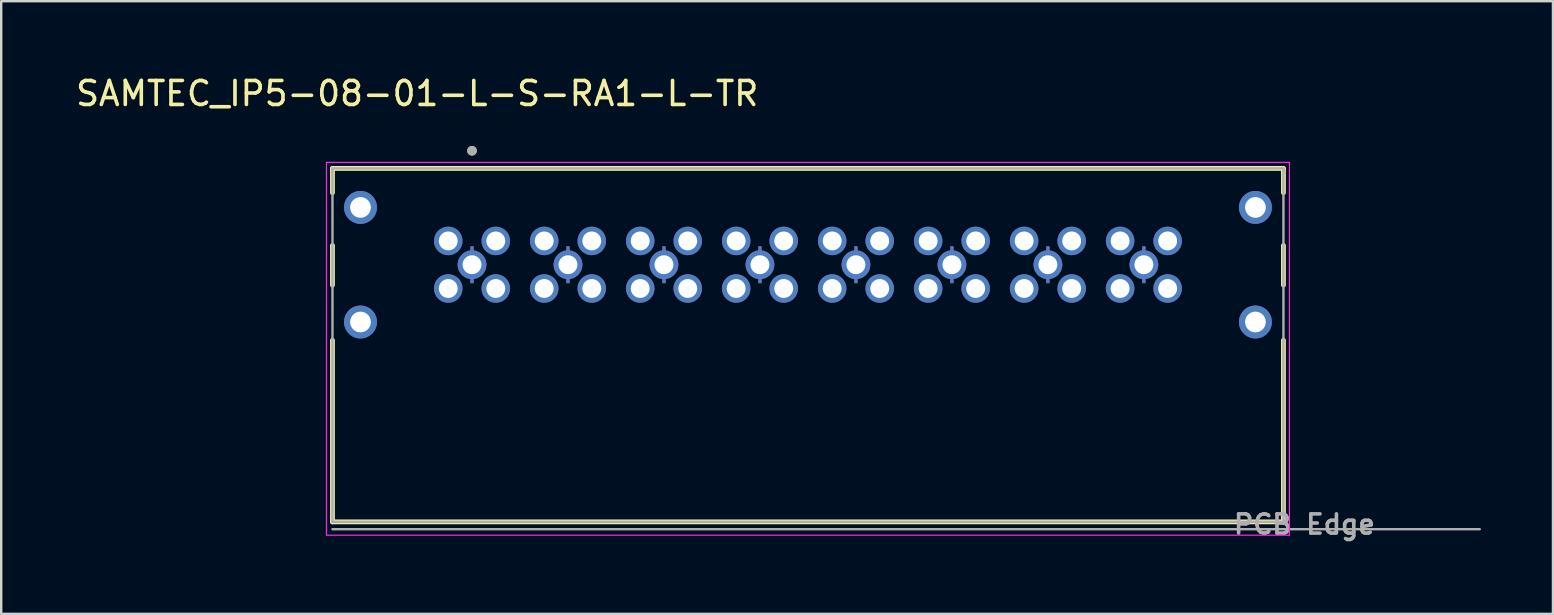
<source format=kicad_pcb>
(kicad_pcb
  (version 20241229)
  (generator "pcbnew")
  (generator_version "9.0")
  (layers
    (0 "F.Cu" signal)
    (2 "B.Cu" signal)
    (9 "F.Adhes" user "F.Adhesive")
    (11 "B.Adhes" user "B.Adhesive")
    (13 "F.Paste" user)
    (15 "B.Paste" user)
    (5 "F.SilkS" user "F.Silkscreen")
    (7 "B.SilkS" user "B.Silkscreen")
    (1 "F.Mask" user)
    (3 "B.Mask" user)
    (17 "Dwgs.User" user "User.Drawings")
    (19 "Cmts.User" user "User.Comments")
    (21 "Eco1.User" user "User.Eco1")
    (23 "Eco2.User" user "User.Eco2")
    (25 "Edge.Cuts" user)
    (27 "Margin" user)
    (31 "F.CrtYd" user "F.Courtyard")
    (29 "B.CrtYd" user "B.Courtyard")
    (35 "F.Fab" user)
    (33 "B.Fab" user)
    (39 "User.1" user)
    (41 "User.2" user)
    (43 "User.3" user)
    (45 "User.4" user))
  (footprint "SAMTEC_IP5-08-01-L-S-RA1-L-TR"
    (layer "F.Cu")
    (at 30.625 7.983)
    (property "Reference" "SAMTEC_IP5-08-01-L-S-RA1-L-TR" (at -16.286 -7.135 0) (layer "F.SilkS") (effects (font (size 1 1) (thickness 0.15))))
    (attr through_hole)
    (fp_poly (pts (xy -13.838 0.862) (xy -14.165 0.862) (xy -14.165 0.675) (xy -14.192 0.669) (xy -14.221 0.66) (xy -14.25 0.649) (xy -14.279 0.638) (xy -14.307 0.625) (xy -14.335 0.611) (xy -14.362 0.596) (xy -14.388 0.579) (xy -14.413 0.561) (xy -14.438 0.543) (xy -14.461 0.523) (xy -14.484 0.502) (xy -14.506 0.48) (xy -14.527 0.457) (xy -14.547 0.433) (xy -14.565 0.409) (xy -14.583 0.383) (xy -14.599 0.357) (xy -14.615 0.33) (xy -14.629 0.303) (xy -14.641 0.275) (xy -14.653 0.246) (xy -14.663 0.217) (xy -14.672 0.187) (xy -14.679 0.157) (xy -14.686 0.127) (xy -14.69 0.096) (xy -14.694 0.065) (xy -14.696 0.035) (xy -14.697 0) (xy -14.696 -0.035) (xy -14.694 -0.065) (xy -14.69 -0.096) (xy -14.686 -0.127) (xy -14.679 -0.157) (xy -14.672 -0.187) (xy -14.663 -0.217) (xy -14.653 -0.246) (xy -14.641 -0.275) (xy -14.629 -0.303) (xy -14.615 -0.33) (xy -14.599 -0.357) (xy -14.583 -0.383) (xy -14.565 -0.409) (xy -14.547 -0.433) (xy -14.527 -0.457) (xy -14.506 -0.48) (xy -14.484 -0.502) (xy -14.461 -0.523) (xy -14.438 -0.543) (xy -14.413 -0.561) (xy -14.388 -0.579) (xy -14.362 -0.596) (xy -14.335 -0.611) (xy -14.307 -0.625) (xy -14.279 -0.638) (xy -14.25 -0.649) (xy -14.221 -0.66) (xy -14.192 -0.669) (xy -14.165 -0.675) (xy -14.165 -0.862) (xy -13.838 -0.862) (xy -13.838 -0.675) (xy -13.812 -0.669) (xy -13.782 -0.66) (xy -13.753 -0.649) (xy -13.724 -0.638) (xy -13.696 -0.625) (xy -13.669 -0.611) (xy -13.642 -0.596) (xy -13.616 -0.579) (xy -13.59 -0.561) (xy -13.566 -0.543) (xy -13.542 -0.523) (xy -13.519 -0.502) (xy -13.497 -0.48) (xy -13.477 -0.457) (xy -13.457 -0.433) (xy -13.438 -0.409) (xy -13.42 -0.383) (xy -13.404 -0.357) (xy -13.389 -0.33) (xy -13.375 -0.303) (xy -13.362 -0.274) (xy -13.351 -0.246) (xy -13.34 -0.217) (xy -13.331 -0.187) (xy -13.324 -0.157) (xy -13.318 -0.127) (xy -13.313 -0.096) (xy -13.309 -0.065) (xy -13.307 -0.035) (xy -13.307 0) (xy -13.307 0.035) (xy -13.309 0.065) (xy -13.313 0.096) (xy -13.318 0.127) (xy -13.324 0.157) (xy -13.331 0.187) (xy -13.34 0.217) (xy -13.351 0.246) (xy -13.362 0.274) (xy -13.375 0.303) (xy -13.389 0.33) (xy -13.404 0.357) (xy -13.42 0.383) (xy -13.438 0.409) (xy -13.457 0.433) (xy -13.477 0.457) (xy -13.497 0.48) (xy -13.519 0.502) (xy -13.542 0.523) (xy -13.566 0.543) (xy -13.59 0.561) (xy -13.616 0.579) (xy -13.642 0.596) (xy -13.669 0.611) (xy -13.696 0.625) (xy -13.724 0.638) (xy -13.753 0.649) (xy -13.782 0.66) (xy -13.812 0.669) (xy -13.838 0.675) (xy -13.838 0.862) (xy -13.838 0.862)) (stroke (width 0.01) (type solid)) (fill yes) (layer "F.Mask"))
    (fp_poly (pts (xy -9.838 0.862) (xy -10.165 0.862) (xy -10.165 0.675) (xy -10.191 0.669) (xy -10.221 0.66) (xy -10.25 0.649) (xy -10.279 0.638) (xy -10.307 0.625) (xy -10.334 0.611) (xy -10.361 0.596) (xy -10.387 0.579) (xy -10.413 0.561) (xy -10.437 0.543) (xy -10.461 0.523) (xy -10.484 0.502) (xy -10.506 0.48) (xy -10.526 0.457) (xy -10.546 0.433) (xy -10.565 0.409) (xy -10.582 0.383) (xy -10.599 0.357) (xy -10.614 0.33) (xy -10.628 0.303) (xy -10.641 0.275) (xy -10.652 0.246) (xy -10.663 0.217) (xy -10.671 0.187) (xy -10.679 0.157) (xy -10.685 0.127) (xy -10.69 0.096) (xy -10.693 0.065) (xy -10.696 0.035) (xy -10.696 0) (xy -10.696 -0.035) (xy -10.693 -0.065) (xy -10.69 -0.096) (xy -10.685 -0.127) (xy -10.679 -0.157) (xy -10.671 -0.187) (xy -10.663 -0.217) (xy -10.652 -0.246) (xy -10.641 -0.275) (xy -10.628 -0.303) (xy -10.614 -0.33) (xy -10.599 -0.357) (xy -10.582 -0.383) (xy -10.565 -0.409) (xy -10.546 -0.433) (xy -10.526 -0.457) (xy -10.506 -0.48) (xy -10.484 -0.502) (xy -10.461 -0.523) (xy -10.437 -0.543) (xy -10.413 -0.561) (xy -10.387 -0.579) (xy -10.361 -0.596) (xy -10.334 -0.611) (xy -10.307 -0.625) (xy -10.279 -0.638) (xy -10.25 -0.649) (xy -10.221 -0.66) (xy -10.191 -0.669) (xy -10.165 -0.675) (xy -10.165 -0.862) (xy -9.838 -0.862) (xy -9.838 -0.675) (xy -9.811 -0.669) (xy -9.782 -0.66) (xy -9.753 -0.649) (xy -9.724 -0.638) (xy -9.696 -0.625) (xy -9.668 -0.611) (xy -9.641 -0.596) (xy -9.615 -0.579) (xy -9.59 -0.561) (xy -9.565 -0.543) (xy -9.542 -0.523) (xy -9.519 -0.502) (xy -9.497 -0.48) (xy -9.476 -0.457) (xy -9.456 -0.433) (xy -9.438 -0.409) (xy -9.42 -0.383) (xy -9.404 -0.357) (xy -9.388 -0.33) (xy -9.374 -0.303) (xy -9.362 -0.275) (xy -9.35 -0.246) (xy -9.34 -0.217) (xy -9.331 -0.187) (xy -9.323 -0.157) (xy -9.317 -0.127) (xy -9.312 -0.096) (xy -9.309 -0.065) (xy -9.307 -0.035) (xy -9.306 0) (xy -9.307 0.035) (xy -9.309 0.065) (xy -9.312 0.096) (xy -9.317 0.127) (xy -9.323 0.157) (xy -9.331 0.187) (xy -9.34 0.217) (xy -9.35 0.246) (xy -9.362 0.275) (xy -9.374 0.303) (xy -9.388 0.33) (xy -9.404 0.357) (xy -9.42 0.383) (xy -9.438 0.409) (xy -9.456 0.433) (xy -9.476 0.457) (xy -9.497 0.48) (xy -9.519 0.502) (xy -9.542 0.523) (xy -9.565 0.543) (xy -9.59 0.561) (xy -9.615 0.579) (xy -9.641 0.596) (xy -9.668 0.611) (xy -9.696 0.625) (xy -9.724 0.638) (xy -9.753 0.649) (xy -9.782 0.66) (xy -9.811 0.669) (xy -9.838 0.675) (xy -9.838 0.862) (xy -9.838 0.862)) (stroke (width 0.01) (type solid)) (fill yes) (layer "F.Mask"))
    (fp_poly (pts (xy -5.837 0.862) (xy -6.164 0.862) (xy -6.164 0.675) (xy -6.191 0.669) (xy -6.22 0.66) (xy -6.249 0.649) (xy -6.278 0.638) (xy -6.306 0.625) (xy -6.334 0.611) (xy -6.361 0.596) (xy -6.387 0.579) (xy -6.412 0.561) (xy -6.437 0.543) (xy -6.46 0.523) (xy -6.483 0.502) (xy -6.505 0.48) (xy -6.526 0.457) (xy -6.546 0.433) (xy -6.564 0.409) (xy -6.582 0.383) (xy -6.598 0.357) (xy -6.614 0.33) (xy -6.628 0.303) (xy -6.64 0.275) (xy -6.652 0.246) (xy -6.662 0.217) (xy -6.671 0.187) (xy -6.679 0.157) (xy -6.685 0.127) (xy -6.69 0.096) (xy -6.693 0.065) (xy -6.695 0.035) (xy -6.696 0) (xy -6.695 -0.035) (xy -6.693 -0.065) (xy -6.69 -0.096) (xy -6.685 -0.127) (xy -6.679 -0.157) (xy -6.671 -0.187) (xy -6.662 -0.217) (xy -6.652 -0.246) (xy -6.64 -0.275) (xy -6.628 -0.303) (xy -6.614 -0.33) (xy -6.598 -0.357) (xy -6.582 -0.383) (xy -6.564 -0.409) (xy -6.546 -0.433) (xy -6.526 -0.457) (xy -6.505 -0.48) (xy -6.483 -0.502) (xy -6.46 -0.523) (xy -6.437 -0.543) (xy -6.412 -0.561) (xy -6.387 -0.579) (xy -6.361 -0.596) (xy -6.334 -0.611) (xy -6.306 -0.625) (xy -6.278 -0.638) (xy -6.249 -0.649) (xy -6.22 -0.66) (xy -6.191 -0.669) (xy -6.164 -0.675) (xy -6.164 -0.862) (xy -5.837 -0.862) (xy -5.837 -0.675) (xy -5.811 -0.669) (xy -5.781 -0.66) (xy -5.752 -0.649) (xy -5.723 -0.638) (xy -5.695 -0.625) (xy -5.668 -0.611) (xy -5.641 -0.596) (xy -5.615 -0.579) (xy -5.589 -0.561) (xy -5.565 -0.543) (xy -5.541 -0.523) (xy -5.518 -0.502) (xy -5.496 -0.48) (xy -5.476 -0.457) (xy -5.456 -0.433) (xy -5.437 -0.409) (xy -5.42 -0.383) (xy -5.403 -0.357) (xy -5.388 -0.33) (xy -5.374 -0.303) (xy -5.361 -0.275) (xy -5.35 -0.246) (xy -5.339 -0.217) (xy -5.331 -0.187) (xy -5.323 -0.157) (xy -5.317 -0.127) (xy -5.312 -0.096) (xy -5.309 -0.065) (xy -5.306 -0.035) (xy -5.306 0) (xy -5.306 0.035) (xy -5.309 0.065) (xy -5.312 0.096) (xy -5.317 0.127) (xy -5.323 0.157) (xy -5.331 0.187) (xy -5.339 0.217) (xy -5.35 0.246) (xy -5.361 0.275) (xy -5.374 0.303) (xy -5.388 0.33) (xy -5.403 0.357) (xy -5.42 0.383) (xy -5.437 0.409) (xy -5.456 0.433) (xy -5.476 0.457) (xy -5.496 0.48) (xy -5.518 0.502) (xy -5.541 0.523) (xy -5.565 0.543) (xy -5.589 0.561) (xy -5.615 0.579) (xy -5.641 0.596) (xy -5.668 0.611) (xy -5.695 0.625) (xy -5.723 0.638) (xy -5.752 0.649) (xy -5.781 0.66) (xy -5.811 0.669) (xy -5.837 0.675) (xy -5.837 0.862) (xy -5.837 0.862)) (stroke (width 0.01) (type solid)) (fill yes) (layer "F.Mask"))
    (fp_poly (pts (xy -1.837 0.862) (xy -2.164 0.862) (xy -2.164 0.675) (xy -2.19 0.669) (xy -2.22 0.66) (xy -2.249 0.649) (xy -2.278 0.638) (xy -2.306 0.625) (xy -2.333 0.611) (xy -2.36 0.596) (xy -2.386 0.579) (xy -2.412 0.561) (xy -2.436 0.543) (xy -2.46 0.523) (xy -2.483 0.502) (xy -2.505 0.48) (xy -2.525 0.457) (xy -2.545 0.433) (xy -2.564 0.409) (xy -2.581 0.383) (xy -2.598 0.357) (xy -2.613 0.33) (xy -2.627 0.303) (xy -2.64 0.275) (xy -2.651 0.246) (xy -2.662 0.217) (xy -2.67 0.187) (xy -2.678 0.157) (xy -2.684 0.127) (xy -2.689 0.096) (xy -2.692 0.065) (xy -2.695 0.035) (xy -2.695 0) (xy -2.695 -0.035) (xy -2.692 -0.065) (xy -2.689 -0.096) (xy -2.684 -0.127) (xy -2.678 -0.157) (xy -2.67 -0.187) (xy -2.662 -0.217) (xy -2.651 -0.246) (xy -2.64 -0.275) (xy -2.627 -0.303) (xy -2.613 -0.33) (xy -2.598 -0.357) (xy -2.581 -0.383) (xy -2.564 -0.409) (xy -2.545 -0.433) (xy -2.525 -0.457) (xy -2.505 -0.48) (xy -2.483 -0.502) (xy -2.46 -0.523) (xy -2.436 -0.543) (xy -2.412 -0.561) (xy -2.386 -0.579) (xy -2.36 -0.596) (xy -2.333 -0.611) (xy -2.306 -0.625) (xy -2.278 -0.638) (xy -2.249 -0.649) (xy -2.22 -0.66) (xy -2.19 -0.669) (xy -2.164 -0.675) (xy -2.164 -0.862) (xy -1.837 -0.862) (xy -1.837 -0.675) (xy -1.81 -0.669) (xy -1.781 -0.66) (xy -1.752 -0.649) (xy -1.723 -0.638) (xy -1.695 -0.625) (xy -1.667 -0.611) (xy -1.64 -0.596) (xy -1.614 -0.579) (xy -1.589 -0.561) (xy -1.564 -0.543) (xy -1.541 -0.523) (xy -1.518 -0.502) (xy -1.496 -0.48) (xy -1.475 -0.457) (xy -1.455 -0.433) (xy -1.437 -0.409) (xy -1.419 -0.383) (xy -1.403 -0.357) (xy -1.387 -0.33) (xy -1.373 -0.303) (xy -1.361 -0.275) (xy -1.349 -0.246) (xy -1.339 -0.217) (xy -1.33 -0.187) (xy -1.322 -0.157) (xy -1.316 -0.127) (xy -1.311 -0.096) (xy -1.308 -0.065) (xy -1.306 -0.035) (xy -1.305 0) (xy -1.306 0.035) (xy -1.308 0.065) (xy -1.311 0.096) (xy -1.316 0.127) (xy -1.322 0.157) (xy -1.33 0.187) (xy -1.339 0.217) (xy -1.349 0.246) (xy -1.361 0.275) (xy -1.373 0.303) (xy -1.387 0.33) (xy -1.403 0.357) (xy -1.419 0.383) (xy -1.437 0.409) (xy -1.455 0.433) (xy -1.475 0.457) (xy -1.496 0.48) (xy -1.518 0.502) (xy -1.541 0.523) (xy -1.564 0.543) (xy -1.589 0.561) (xy -1.614 0.579) (xy -1.64 0.596) (xy -1.667 0.611) (xy -1.695 0.625) (xy -1.723 0.638) (xy -1.752 0.649) (xy -1.781 0.66) (xy -1.81 0.669) (xy -1.837 0.675) (xy -1.837 0.862) (xy -1.837 0.862)) (stroke (width 0.01) (type solid)) (fill yes) (layer "F.Mask"))
    (fp_poly (pts (xy 2.164 0.862) (xy 1.837 0.862) (xy 1.837 0.675) (xy 1.81 0.669) (xy 1.781 0.66) (xy 1.752 0.649) (xy 1.723 0.638) (xy 1.695 0.625) (xy 1.667 0.611) (xy 1.64 0.596) (xy 1.614 0.579) (xy 1.589 0.561) (xy 1.564 0.543) (xy 1.541 0.523) (xy 1.518 0.502) (xy 1.496 0.48) (xy 1.475 0.457) (xy 1.455 0.433) (xy 1.437 0.409) (xy 1.419 0.383) (xy 1.403 0.357) (xy 1.387 0.33) (xy 1.373 0.303) (xy 1.361 0.275) (xy 1.349 0.246) (xy 1.339 0.217) (xy 1.33 0.187) (xy 1.322 0.157) (xy 1.316 0.127) (xy 1.311 0.096) (xy 1.308 0.065) (xy 1.306 0.035) (xy 1.305 0) (xy 1.306 -0.035) (xy 1.308 -0.065) (xy 1.311 -0.096) (xy 1.316 -0.127) (xy 1.322 -0.157) (xy 1.33 -0.187) (xy 1.339 -0.217) (xy 1.349 -0.246) (xy 1.361 -0.275) (xy 1.373 -0.303) (xy 1.387 -0.33) (xy 1.403 -0.357) (xy 1.419 -0.383) (xy 1.437 -0.409) (xy 1.455 -0.433) (xy 1.475 -0.457) (xy 1.496 -0.48) (xy 1.518 -0.502) (xy 1.541 -0.523) (xy 1.564 -0.543) (xy 1.589 -0.561) (xy 1.614 -0.579) (xy 1.64 -0.596) (xy 1.667 -0.611) (xy 1.695 -0.625) (xy 1.723 -0.638) (xy 1.752 -0.649) (xy 1.781 -0.66) (xy 1.81 -0.669) (xy 1.837 -0.675) (xy 1.837 -0.862) (xy 2.164 -0.862) (xy 2.164 -0.675) (xy 2.19 -0.669) (xy 2.22 -0.66) (xy 2.249 -0.649) (xy 2.278 -0.638) (xy 2.306 -0.625) (xy 2.333 -0.611) (xy 2.36 -0.596) (xy 2.386 -0.579) (xy 2.412 -0.561) (xy 2.436 -0.543) (xy 2.46 -0.523) (xy 2.483 -0.502) (xy 2.505 -0.48) (xy 2.525 -0.457) (xy 2.545 -0.433) (xy 2.564 -0.409) (xy 2.581 -0.383) (xy 2.598 -0.357) (xy 2.613 -0.33) (xy 2.627 -0.303) (xy 2.64 -0.275) (xy 2.651 -0.246) (xy 2.662 -0.217) (xy 2.67 -0.187) (xy 2.678 -0.157) (xy 2.684 -0.127) (xy 2.689 -0.096) (xy 2.692 -0.065) (xy 2.695 -0.035) (xy 2.695 0) (xy 2.695 0.035) (xy 2.692 0.065) (xy 2.689 0.096) (xy 2.684 0.127) (xy 2.678 0.157) (xy 2.67 0.187) (xy 2.662 0.217) (xy 2.651 0.246) (xy 2.64 0.275) (xy 2.627 0.303) (xy 2.613 0.33) (xy 2.598 0.357) (xy 2.581 0.383) (xy 2.564 0.409) (xy 2.545 0.433) (xy 2.525 0.457) (xy 2.505 0.48) (xy 2.483 0.502) (xy 2.46 0.523) (xy 2.436 0.543) (xy 2.412 0.561) (xy 2.386 0.579) (xy 2.36 0.596) (xy 2.333 0.611) (xy 2.306 0.625) (xy 2.278 0.638) (xy 2.249 0.649) (xy 2.22 0.66) (xy 2.19 0.669) (xy 2.164 0.675) (xy 2.164 0.862) (xy 2.164 0.862)) (stroke (width 0.01) (type solid)) (fill yes) (layer "F.Mask"))
    (fp_poly (pts (xy 6.164 0.862) (xy 5.837 0.862) (xy 5.837 0.675) (xy 5.811 0.669) (xy 5.781 0.66) (xy 5.752 0.649) (xy 5.723 0.638) (xy 5.695 0.625) (xy 5.668 0.611) (xy 5.641 0.596) (xy 5.615 0.579) (xy 5.589 0.561) (xy 5.565 0.543) (xy 5.541 0.523) (xy 5.518 0.502) (xy 5.496 0.48) (xy 5.476 0.457) (xy 5.456 0.433) (xy 5.437 0.409) (xy 5.42 0.383) (xy 5.403 0.357) (xy 5.388 0.33) (xy 5.374 0.303) (xy 5.361 0.275) (xy 5.35 0.246) (xy 5.339 0.217) (xy 5.331 0.187) (xy 5.323 0.157) (xy 5.317 0.127) (xy 5.312 0.096) (xy 5.309 0.065) (xy 5.306 0.035) (xy 5.306 0) (xy 5.306 -0.035) (xy 5.309 -0.065) (xy 5.312 -0.096) (xy 5.317 -0.127) (xy 5.323 -0.157) (xy 5.331 -0.187) (xy 5.339 -0.217) (xy 5.35 -0.246) (xy 5.361 -0.275) (xy 5.374 -0.303) (xy 5.388 -0.33) (xy 5.403 -0.357) (xy 5.42 -0.383) (xy 5.437 -0.409) (xy 5.456 -0.433) (xy 5.476 -0.457) (xy 5.496 -0.48) (xy 5.518 -0.502) (xy 5.541 -0.523) (xy 5.565 -0.543) (xy 5.589 -0.561) (xy 5.615 -0.579) (xy 5.641 -0.596) (xy 5.668 -0.611) (xy 5.695 -0.625) (xy 5.723 -0.638) (xy 5.752 -0.649) (xy 5.781 -0.66) (xy 5.811 -0.669) (xy 5.837 -0.675) (xy 5.837 -0.862) (xy 6.164 -0.862) (xy 6.164 -0.675) (xy 6.191 -0.669) (xy 6.22 -0.66) (xy 6.249 -0.649) (xy 6.278 -0.638) (xy 6.306 -0.625) (xy 6.334 -0.611) (xy 6.361 -0.596) (xy 6.387 -0.579) (xy 6.412 -0.561) (xy 6.437 -0.543) (xy 6.46 -0.523) (xy 6.483 -0.502) (xy 6.505 -0.48) (xy 6.526 -0.457) (xy 6.546 -0.433) (xy 6.564 -0.409) (xy 6.582 -0.383) (xy 6.598 -0.357) (xy 6.614 -0.33) (xy 6.628 -0.303) (xy 6.64 -0.275) (xy 6.652 -0.246) (xy 6.662 -0.217) (xy 6.671 -0.187) (xy 6.679 -0.157) (xy 6.685 -0.127) (xy 6.69 -0.096) (xy 6.693 -0.065) (xy 6.695 -0.035) (xy 6.696 0) (xy 6.695 0.035) (xy 6.693 0.065) (xy 6.69 0.096) (xy 6.685 0.127) (xy 6.679 0.157) (xy 6.671 0.187) (xy 6.662 0.217) (xy 6.652 0.246) (xy 6.64 0.275) (xy 6.628 0.303) (xy 6.614 0.33) (xy 6.598 0.357) (xy 6.582 0.383) (xy 6.564 0.409) (xy 6.546 0.433) (xy 6.526 0.457) (xy 6.505 0.48) (xy 6.483 0.502) (xy 6.46 0.523) (xy 6.437 0.543) (xy 6.412 0.561) (xy 6.387 0.579) (xy 6.361 0.596) (xy 6.334 0.611) (xy 6.306 0.625) (xy 6.278 0.638) (xy 6.249 0.649) (xy 6.22 0.66) (xy 6.191 0.669) (xy 6.164 0.675) (xy 6.164 0.862) (xy 6.164 0.862)) (stroke (width 0.01) (type solid)) (fill yes) (layer "F.Mask"))
    (fp_poly (pts (xy 10.165 0.862) (xy 9.838 0.862) (xy 9.838 0.675) (xy 9.811 0.669) (xy 9.782 0.66) (xy 9.753 0.649) (xy 9.724 0.638) (xy 9.696 0.625) (xy 9.668 0.611) (xy 9.641 0.596) (xy 9.615 0.579) (xy 9.59 0.561) (xy 9.565 0.543) (xy 9.542 0.523) (xy 9.519 0.502) (xy 9.497 0.48) (xy 9.476 0.457) (xy 9.456 0.433) (xy 9.438 0.409) (xy 9.42 0.383) (xy 9.404 0.357) (xy 9.388 0.33) (xy 9.374 0.303) (xy 9.362 0.275) (xy 9.35 0.246) (xy 9.34 0.217) (xy 9.331 0.187) (xy 9.323 0.157) (xy 9.317 0.127) (xy 9.312 0.096) (xy 9.309 0.065) (xy 9.307 0.035) (xy 9.306 0) (xy 9.307 -0.035) (xy 9.309 -0.065) (xy 9.312 -0.096) (xy 9.317 -0.127) (xy 9.323 -0.157) (xy 9.331 -0.187) (xy 9.34 -0.217) (xy 9.35 -0.246) (xy 9.362 -0.275) (xy 9.374 -0.303) (xy 9.388 -0.33) (xy 9.404 -0.357) (xy 9.42 -0.383) (xy 9.438 -0.409) (xy 9.456 -0.433) (xy 9.476 -0.457) (xy 9.497 -0.48) (xy 9.519 -0.502) (xy 9.542 -0.523) (xy 9.565 -0.543) (xy 9.59 -0.561) (xy 9.615 -0.579) (xy 9.641 -0.596) (xy 9.668 -0.611) (xy 9.696 -0.625) (xy 9.724 -0.638) (xy 9.753 -0.649) (xy 9.782 -0.66) (xy 9.811 -0.669) (xy 9.838 -0.675) (xy 9.838 -0.862) (xy 10.165 -0.862) (xy 10.165 -0.675) (xy 10.191 -0.669) (xy 10.221 -0.66) (xy 10.25 -0.649) (xy 10.279 -0.638) (xy 10.307 -0.625) (xy 10.334 -0.611) (xy 10.361 -0.596) (xy 10.387 -0.579) (xy 10.413 -0.561) (xy 10.437 -0.543) (xy 10.461 -0.523) (xy 10.484 -0.502) (xy 10.506 -0.48) (xy 10.526 -0.457) (xy 10.546 -0.433) (xy 10.565 -0.409) (xy 10.582 -0.383) (xy 10.599 -0.357) (xy 10.614 -0.33) (xy 10.628 -0.303) (xy 10.641 -0.275) (xy 10.652 -0.246) (xy 10.663 -0.217) (xy 10.671 -0.187) (xy 10.679 -0.157) (xy 10.685 -0.127) (xy 10.69 -0.096) (xy 10.693 -0.065) (xy 10.696 -0.035) (xy 10.696 0) (xy 10.696 0.035) (xy 10.693 0.065) (xy 10.69 0.096) (xy 10.685 0.127) (xy 10.679 0.157) (xy 10.671 0.187) (xy 10.663 0.217) (xy 10.652 0.246) (xy 10.641 0.275) (xy 10.628 0.303) (xy 10.614 0.33) (xy 10.599 0.357) (xy 10.582 0.383) (xy 10.565 0.409) (xy 10.546 0.433) (xy 10.526 0.457) (xy 10.506 0.48) (xy 10.484 0.502) (xy 10.461 0.523) (xy 10.437 0.543) (xy 10.413 0.561) (xy 10.387 0.579) (xy 10.361 0.596) (xy 10.334 0.611) (xy 10.307 0.625) (xy 10.279 0.638) (xy 10.25 0.649) (xy 10.221 0.66) (xy 10.191 0.669) (xy 10.165 0.675) (xy 10.165 0.862) (xy 10.165 0.862)) (stroke (width 0.01) (type solid)) (fill yes) (layer "F.Mask"))
    (fp_poly (pts (xy 14.165 0.862) (xy 13.838 0.862) (xy 13.838 0.675) (xy 13.812 0.669) (xy 13.782 0.66) (xy 13.753 0.649) (xy 13.724 0.638) (xy 13.696 0.625) (xy 13.669 0.611) (xy 13.642 0.596) (xy 13.616 0.579) (xy 13.59 0.561) (xy 13.566 0.543) (xy 13.542 0.523) (xy 13.519 0.502) (xy 13.497 0.48) (xy 13.477 0.457) (xy 13.457 0.433) (xy 13.438 0.409) (xy 13.42 0.383) (xy 13.404 0.357) (xy 13.389 0.33) (xy 13.375 0.303) (xy 13.362 0.274) (xy 13.351 0.246) (xy 13.34 0.217) (xy 13.331 0.187) (xy 13.324 0.157) (xy 13.318 0.127) (xy 13.313 0.096) (xy 13.309 0.065) (xy 13.307 0.035) (xy 13.307 0) (xy 13.307 -0.035) (xy 13.309 -0.065) (xy 13.313 -0.096) (xy 13.318 -0.127) (xy 13.324 -0.157) (xy 13.331 -0.187) (xy 13.34 -0.217) (xy 13.351 -0.246) (xy 13.362 -0.274) (xy 13.375 -0.303) (xy 13.389 -0.33) (xy 13.404 -0.357) (xy 13.42 -0.383) (xy 13.438 -0.409) (xy 13.457 -0.433) (xy 13.477 -0.457) (xy 13.497 -0.48) (xy 13.519 -0.502) (xy 13.542 -0.523) (xy 13.566 -0.543) (xy 13.59 -0.561) (xy 13.616 -0.579) (xy 13.642 -0.596) (xy 13.669 -0.611) (xy 13.696 -0.625) (xy 13.724 -0.638) (xy 13.753 -0.649) (xy 13.782 -0.66) (xy 13.812 -0.669) (xy 13.838 -0.675) (xy 13.838 -0.862) (xy 14.165 -0.862) (xy 14.165 -0.675) (xy 14.192 -0.669) (xy 14.221 -0.66) (xy 14.25 -0.649) (xy 14.279 -0.638) (xy 14.307 -0.625) (xy 14.335 -0.611) (xy 14.362 -0.596) (xy 14.388 -0.579) (xy 14.413 -0.561) (xy 14.438 -0.543) (xy 14.461 -0.523) (xy 14.484 -0.502) (xy 14.506 -0.48) (xy 14.527 -0.457) (xy 14.547 -0.433) (xy 14.565 -0.409) (xy 14.583 -0.383) (xy 14.599 -0.357) (xy 14.615 -0.33) (xy 14.629 -0.303) (xy 14.641 -0.275) (xy 14.653 -0.246) (xy 14.663 -0.217) (xy 14.672 -0.187) (xy 14.679 -0.157) (xy 14.686 -0.127) (xy 14.69 -0.096) (xy 14.694 -0.065) (xy 14.696 -0.035) (xy 14.697 0) (xy 14.696 0.035) (xy 14.694 0.065) (xy 14.69 0.096) (xy 14.686 0.127) (xy 14.679 0.157) (xy 14.672 0.187) (xy 14.663 0.217) (xy 14.653 0.246) (xy 14.641 0.275) (xy 14.629 0.303) (xy 14.615 0.33) (xy 14.599 0.357) (xy 14.583 0.383) (xy 14.565 0.409) (xy 14.547 0.433) (xy 14.527 0.457) (xy 14.506 0.48) (xy 14.484 0.502) (xy 14.461 0.523) (xy 14.438 0.543) (xy 14.413 0.561) (xy 14.388 0.579) (xy 14.362 0.596) (xy 14.335 0.611) (xy 14.307 0.625) (xy 14.279 0.638) (xy 14.25 0.649) (xy 14.221 0.66) (xy 14.192 0.669) (xy 14.165 0.675) (xy 14.165 0.862) (xy 14.165 0.862)) (stroke (width 0.01) (type solid)) (fill yes) (layer "F.Mask"))
    (fp_line (start -19.818 -4.013) (end 19.818 -4.013) (stroke (width 0.2) (type solid)) (layer "F.SilkS"))
    (fp_line (start -19.818 -3) (end -19.818 -4.013) (stroke (width 0.2) (type solid)) (layer "F.SilkS"))
    (fp_line (start -19.818 0.85) (end -19.818 -0.8) (stroke (width 0.2) (type solid)) (layer "F.SilkS"))
    (fp_line (start -19.818 10.719) (end -19.818 3.15) (stroke (width 0.2) (type solid)) (layer "F.SilkS"))
    (fp_line (start 19.818 -4.013) (end 19.818 -3) (stroke (width 0.2) (type solid)) (layer "F.SilkS"))
    (fp_line (start 19.818 -0.8) (end 19.818 0.85) (stroke (width 0.2) (type solid)) (layer "F.SilkS"))
    (fp_line (start 19.818 3.15) (end 19.818 10.719) (stroke (width 0.2) (type solid)) (layer "F.SilkS"))
    (fp_line (start 19.818 10.719) (end -19.818 10.719) (stroke (width 0.2) (type solid)) (layer "F.SilkS"))
    (fp_circle (center -14.002 -4.75) (end -13.902 -4.75) (stroke (width 0.2) (type solid)) (fill no) (layer "F.SilkS"))
    (fp_circle (center -18.65 -1.994) (end -18.11 -1.994) (stroke (width 1.079) (type solid)) (fill no) (layer "F.Paste"))
    (fp_circle (center -18.65 1.994) (end -18.11 1.994) (stroke (width 1.079) (type solid)) (fill no) (layer "F.Paste"))
    (fp_circle (center 18.65 -1.994) (end 19.19 -1.994) (stroke (width 1.079) (type solid)) (fill no) (layer "F.Paste"))
    (fp_circle (center 18.65 1.994) (end 19.19 1.994) (stroke (width 1.079) (type solid)) (fill no) (layer "F.Paste"))
    (fp_poly (pts (xy -14.535 -0.546) (xy -14.408 -0.699) (xy -14.408 -1.918) (xy -15.805 -1.918) (xy -15.805 -0.14) (xy -14.535 -0.14)) (stroke (width 0.01) (type solid)) (fill yes) (layer "F.Paste"))
    (fp_poly (pts (xy -14.535 0.14) (xy -15.805 0.14) (xy -15.805 1.918) (xy -14.408 1.918) (xy -14.408 0.699) (xy -14.535 0.546)) (stroke (width 0.01) (type solid)) (fill yes) (layer "F.Paste"))
    (fp_poly (pts (xy -13.468 -0.14) (xy -12.198 -0.14) (xy -12.198 -1.918) (xy -13.595 -1.918) (xy -13.595 -0.699) (xy -13.468 -0.546)) (stroke (width 0.01) (type solid)) (fill yes) (layer "F.Paste"))
    (fp_poly (pts (xy -13.468 0.546) (xy -13.595 0.699) (xy -13.595 1.918) (xy -12.198 1.918) (xy -12.198 0.14) (xy -13.468 0.14)) (stroke (width 0.01) (type solid)) (fill yes) (layer "F.Paste"))
    (fp_poly (pts (xy -10.535 -0.546) (xy -10.408 -0.699) (xy -10.408 -1.918) (xy -11.805 -1.918) (xy -11.805 -0.14) (xy -10.535 -0.14)) (stroke (width 0.01) (type solid)) (fill yes) (layer "F.Paste"))
    (fp_poly (pts (xy -10.535 0.14) (xy -11.805 0.14) (xy -11.805 1.918) (xy -10.408 1.918) (xy -10.408 0.699) (xy -10.535 0.546)) (stroke (width 0.01) (type solid)) (fill yes) (layer "F.Paste"))
    (fp_poly (pts (xy -9.468 -0.14) (xy -8.198 -0.14) (xy -8.198 -1.918) (xy -9.595 -1.918) (xy -9.595 -0.699) (xy -9.468 -0.546)) (stroke (width 0.01) (type solid)) (fill yes) (layer "F.Paste"))
    (fp_poly (pts (xy -9.468 0.546) (xy -9.595 0.699) (xy -9.595 1.918) (xy -8.198 1.918) (xy -8.198 0.14) (xy -9.468 0.14)) (stroke (width 0.01) (type solid)) (fill yes) (layer "F.Paste"))
    (fp_poly (pts (xy -6.534 -0.546) (xy -6.407 -0.699) (xy -6.407 -1.918) (xy -7.804 -1.918) (xy -7.804 -0.14) (xy -6.534 -0.14)) (stroke (width 0.01) (type solid)) (fill yes) (layer "F.Paste"))
    (fp_poly (pts (xy -6.534 0.14) (xy -7.804 0.14) (xy -7.804 1.918) (xy -6.407 1.918) (xy -6.407 0.699) (xy -6.534 0.546)) (stroke (width 0.01) (type solid)) (fill yes) (layer "F.Paste"))
    (fp_poly (pts (xy -5.467 -0.14) (xy -4.197 -0.14) (xy -4.197 -1.918) (xy -5.594 -1.918) (xy -5.594 -0.699) (xy -5.467 -0.546)) (stroke (width 0.01) (type solid)) (fill yes) (layer "F.Paste"))
    (fp_poly (pts (xy -5.467 0.546) (xy -5.594 0.699) (xy -5.594 1.918) (xy -4.197 1.918) (xy -4.197 0.14) (xy -5.467 0.14)) (stroke (width 0.01) (type solid)) (fill yes) (layer "F.Paste"))
    (fp_poly (pts (xy -2.534 -0.546) (xy -2.407 -0.699) (xy -2.407 -1.918) (xy -3.804 -1.918) (xy -3.804 -0.14) (xy -2.534 -0.14)) (stroke (width 0.01) (type solid)) (fill yes) (layer "F.Paste"))
    (fp_poly (pts (xy -2.534 0.14) (xy -3.804 0.14) (xy -3.804 1.918) (xy -2.407 1.918) (xy -2.407 0.699) (xy -2.534 0.546)) (stroke (width 0.01) (type solid)) (fill yes) (layer "F.Paste"))
    (fp_poly (pts (xy -1.467 -0.14) (xy -0.197 -0.14) (xy -0.197 -1.918) (xy -1.594 -1.918) (xy -1.594 -0.699) (xy -1.467 -0.546)) (stroke (width 0.01) (type solid)) (fill yes) (layer "F.Paste"))
    (fp_poly (pts (xy -1.467 0.546) (xy -1.594 0.699) (xy -1.594 1.918) (xy -0.197 1.918) (xy -0.197 0.14) (xy -1.467 0.14)) (stroke (width 0.01) (type solid)) (fill yes) (layer "F.Paste"))
    (fp_poly (pts (xy 1.467 -0.546) (xy 1.594 -0.699) (xy 1.594 -1.918) (xy 0.197 -1.918) (xy 0.197 -0.14) (xy 1.467 -0.14)) (stroke (width 0.01) (type solid)) (fill yes) (layer "F.Paste"))
    (fp_poly (pts (xy 1.467 0.14) (xy 0.197 0.14) (xy 0.197 1.918) (xy 1.594 1.918) (xy 1.594 0.699) (xy 1.467 0.546)) (stroke (width 0.01) (type solid)) (fill yes) (layer "F.Paste"))
    (fp_poly (pts (xy 2.534 -0.14) (xy 3.804 -0.14) (xy 3.804 -1.918) (xy 2.407 -1.918) (xy 2.407 -0.699) (xy 2.534 -0.546)) (stroke (width 0.01) (type solid)) (fill yes) (layer "F.Paste"))
    (fp_poly (pts (xy 2.534 0.546) (xy 2.407 0.699) (xy 2.407 1.918) (xy 3.804 1.918) (xy 3.804 0.14) (xy 2.534 0.14)) (stroke (width 0.01) (type solid)) (fill yes) (layer "F.Paste"))
    (fp_poly (pts (xy 5.467 -0.546) (xy 5.594 -0.699) (xy 5.594 -1.918) (xy 4.197 -1.918) (xy 4.197 -0.14) (xy 5.467 -0.14)) (stroke (width 0.01) (type solid)) (fill yes) (layer "F.Paste"))
    (fp_poly (pts (xy 5.467 0.14) (xy 4.197 0.14) (xy 4.197 1.918) (xy 5.594 1.918) (xy 5.594 0.699) (xy 5.467 0.546)) (stroke (width 0.01) (type solid)) (fill yes) (layer "F.Paste"))
    (fp_poly (pts (xy 6.534 -0.14) (xy 7.804 -0.14) (xy 7.804 -1.918) (xy 6.407 -1.918) (xy 6.407 -0.699) (xy 6.534 -0.546)) (stroke (width 0.01) (type solid)) (fill yes) (layer "F.Paste"))
    (fp_poly (pts (xy 6.534 0.546) (xy 6.407 0.699) (xy 6.407 1.918) (xy 7.804 1.918) (xy 7.804 0.14) (xy 6.534 0.14)) (stroke (width 0.01) (type solid)) (fill yes) (layer "F.Paste"))
    (fp_poly (pts (xy 9.468 -0.546) (xy 9.595 -0.699) (xy 9.595 -1.918) (xy 8.198 -1.918) (xy 8.198 -0.14) (xy 9.468 -0.14)) (stroke (width 0.01) (type solid)) (fill yes) (layer "F.Paste"))
    (fp_poly (pts (xy 9.468 0.14) (xy 8.198 0.14) (xy 8.198 1.918) (xy 9.595 1.918) (xy 9.595 0.699) (xy 9.468 0.546)) (stroke (width 0.01) (type solid)) (fill yes) (layer "F.Paste"))
    (fp_poly (pts (xy 10.535 -0.14) (xy 11.805 -0.14) (xy 11.805 -1.918) (xy 10.408 -1.918) (xy 10.408 -0.699) (xy 10.535 -0.546)) (stroke (width 0.01) (type solid)) (fill yes) (layer "F.Paste"))
    (fp_poly (pts (xy 10.535 0.546) (xy 10.408 0.699) (xy 10.408 1.918) (xy 11.805 1.918) (xy 11.805 0.14) (xy 10.535 0.14)) (stroke (width 0.01) (type solid)) (fill yes) (layer "F.Paste"))
    (fp_poly (pts (xy 13.468 -0.546) (xy 13.595 -0.699) (xy 13.595 -1.918) (xy 12.198 -1.918) (xy 12.198 -0.14) (xy 13.468 -0.14)) (stroke (width 0.01) (type solid)) (fill yes) (layer "F.Paste"))
    (fp_poly (pts (xy 13.468 0.14) (xy 12.198 0.14) (xy 12.198 1.918) (xy 13.595 1.918) (xy 13.595 0.699) (xy 13.468 0.546)) (stroke (width 0.01) (type solid)) (fill yes) (layer "F.Paste"))
    (fp_poly (pts (xy 14.535 -0.14) (xy 15.805 -0.14) (xy 15.805 -1.918) (xy 14.408 -1.918) (xy 14.408 -0.699) (xy 14.535 -0.546)) (stroke (width 0.01) (type solid)) (fill yes) (layer "F.Paste"))
    (fp_poly (pts (xy 14.535 0.546) (xy 14.408 0.699) (xy 14.408 1.918) (xy 15.805 1.918) (xy 15.805 0.14) (xy 14.535 0.14)) (stroke (width 0.01) (type solid)) (fill yes) (layer "F.Paste"))
    (fp_poly (pts (xy -14.383 0.508) (xy -14.256 0.635) (xy -14.256 1.918) (xy -13.748 1.918) (xy -13.748 0.635) (xy -13.621 0.508) (xy -13.621 -0.508) (xy -13.748 -0.635) (xy -13.748 -1.918) (xy -14.256 -1.918) (xy -14.256 -0.635) (xy -14.383 -0.508)) (stroke (width 0.01) (type solid)) (fill yes) (layer "F.Paste"))
    (fp_poly (pts (xy -10.382 0.508) (xy -10.255 0.635) (xy -10.255 1.918) (xy -9.747 1.918) (xy -9.747 0.635) (xy -9.62 0.508) (xy -9.62 -0.508) (xy -9.747 -0.635) (xy -9.747 -1.918) (xy -10.255 -1.918) (xy -10.255 -0.635) (xy -10.382 -0.508)) (stroke (width 0.01) (type solid)) (fill yes) (layer "F.Paste"))
    (fp_poly (pts (xy -6.382 0.508) (xy -6.255 0.635) (xy -6.255 1.918) (xy -5.747 1.918) (xy -5.747 0.635) (xy -5.62 0.508) (xy -5.62 -0.508) (xy -5.747 -0.635) (xy -5.747 -1.918) (xy -6.255 -1.918) (xy -6.255 -0.635) (xy -6.382 -0.508)) (stroke (width 0.01) (type solid)) (fill yes) (layer "F.Paste"))
    (fp_poly (pts (xy -2.381 0.508) (xy -2.254 0.635) (xy -2.254 1.918) (xy -1.746 1.918) (xy -1.746 0.635) (xy -1.619 0.508) (xy -1.619 -0.508) (xy -1.746 -0.635) (xy -1.746 -1.918) (xy -2.254 -1.918) (xy -2.254 -0.635) (xy -2.381 -0.508)) (stroke (width 0.01) (type solid)) (fill yes) (layer "F.Paste"))
    (fp_poly (pts (xy 1.619 0.508) (xy 1.746 0.635) (xy 1.746 1.918) (xy 2.254 1.918) (xy 2.254 0.635) (xy 2.381 0.508) (xy 2.381 -0.508) (xy 2.254 -0.635) (xy 2.254 -1.918) (xy 1.746 -1.918) (xy 1.746 -0.635) (xy 1.619 -0.508)) (stroke (width 0.01) (type solid)) (fill yes) (layer "F.Paste"))
    (fp_poly (pts (xy 5.62 0.508) (xy 5.747 0.635) (xy 5.747 1.918) (xy 6.255 1.918) (xy 6.255 0.635) (xy 6.382 0.508) (xy 6.382 -0.508) (xy 6.255 -0.635) (xy 6.255 -1.918) (xy 5.747 -1.918) (xy 5.747 -0.635) (xy 5.62 -0.508)) (stroke (width 0.01) (type solid)) (fill yes) (layer "F.Paste"))
    (fp_poly (pts (xy 9.62 0.508) (xy 9.747 0.635) (xy 9.747 1.918) (xy 10.255 1.918) (xy 10.255 0.635) (xy 10.382 0.508) (xy 10.382 -0.508) (xy 10.255 -0.635) (xy 10.255 -1.918) (xy 9.747 -1.918) (xy 9.747 -0.635) (xy 9.62 -0.508)) (stroke (width 0.01) (type solid)) (fill yes) (layer "F.Paste"))
    (fp_poly (pts (xy 13.621 0.508) (xy 13.748 0.635) (xy 13.748 1.918) (xy 14.256 1.918) (xy 14.256 0.635) (xy 14.383 0.508) (xy 14.383 -0.508) (xy 14.256 -0.635) (xy 14.256 -1.918) (xy 13.748 -1.918) (xy 13.748 -0.635) (xy 13.621 -0.508)) (stroke (width 0.01) (type solid)) (fill yes) (layer "F.Paste"))
    (fp_circle (center -18.65 -1.994) (end -18.11 -1.994) (stroke (width 1.079) (type solid)) (fill no) (layer "B.Paste"))
    (fp_circle (center -18.65 1.994) (end -18.11 1.994) (stroke (width 1.079) (type solid)) (fill no) (layer "B.Paste"))
    (fp_circle (center 18.65 -1.994) (end 19.19 -1.994) (stroke (width 1.079) (type solid)) (fill no) (layer "B.Paste"))
    (fp_circle (center 18.65 1.994) (end 19.19 1.994) (stroke (width 1.079) (type solid)) (fill no) (layer "B.Paste"))
    (fp_poly (pts (xy -15.386 -1.384) (xy -14.599 -1.384) (xy -14.599 -0.597) (xy -15.386 -0.597)) (stroke (width 0.01) (type solid)) (fill yes) (layer "B.Paste"))
    (fp_poly (pts (xy -15.386 0.597) (xy -14.599 0.597) (xy -14.599 1.384) (xy -15.386 1.384)) (stroke (width 0.01) (type solid)) (fill yes) (layer "B.Paste"))
    (fp_poly (pts (xy -14.396 -0.394) (xy -13.608 -0.394) (xy -13.608 0.394) (xy -14.396 0.394)) (stroke (width 0.01) (type solid)) (fill yes) (layer "B.Paste"))
    (fp_poly (pts (xy -13.405 -1.384) (xy -12.617 -1.384) (xy -12.617 -0.597) (xy -13.405 -0.597)) (stroke (width 0.01) (type solid)) (fill yes) (layer "B.Paste"))
    (fp_poly (pts (xy -13.405 0.597) (xy -12.617 0.597) (xy -12.617 1.384) (xy -13.405 1.384)) (stroke (width 0.01) (type solid)) (fill yes) (layer "B.Paste"))
    (fp_poly (pts (xy -11.386 -1.384) (xy -10.598 -1.384) (xy -10.598 -0.597) (xy -11.386 -0.597)) (stroke (width 0.01) (type solid)) (fill yes) (layer "B.Paste"))
    (fp_poly (pts (xy -11.386 0.597) (xy -10.598 0.597) (xy -10.598 1.384) (xy -11.386 1.384)) (stroke (width 0.01) (type solid)) (fill yes) (layer "B.Paste"))
    (fp_poly (pts (xy -10.395 -0.394) (xy -9.608 -0.394) (xy -9.608 0.394) (xy -10.395 0.394)) (stroke (width 0.01) (type solid)) (fill yes) (layer "B.Paste"))
    (fp_poly (pts (xy -9.404 -1.384) (xy -8.617 -1.384) (xy -8.617 -0.597) (xy -9.404 -0.597)) (stroke (width 0.01) (type solid)) (fill yes) (layer "B.Paste"))
    (fp_poly (pts (xy -9.404 0.597) (xy -8.617 0.597) (xy -8.617 1.384) (xy -9.404 1.384)) (stroke (width 0.01) (type solid)) (fill yes) (layer "B.Paste"))
    (fp_poly (pts (xy -7.385 -1.384) (xy -6.598 -1.384) (xy -6.598 -0.597) (xy -7.385 -0.597)) (stroke (width 0.01) (type solid)) (fill yes) (layer "B.Paste"))
    (fp_poly (pts (xy -7.385 0.597) (xy -6.598 0.597) (xy -6.598 1.384) (xy -7.385 1.384)) (stroke (width 0.01) (type solid)) (fill yes) (layer "B.Paste"))
    (fp_poly (pts (xy -6.394 -0.394) (xy -5.607 -0.394) (xy -5.607 0.394) (xy -6.394 0.394)) (stroke (width 0.01) (type solid)) (fill yes) (layer "B.Paste"))
    (fp_poly (pts (xy -5.404 -1.384) (xy -4.616 -1.384) (xy -4.616 -0.597) (xy -5.404 -0.597)) (stroke (width 0.01) (type solid)) (fill yes) (layer "B.Paste"))
    (fp_poly (pts (xy -5.404 0.597) (xy -4.616 0.597) (xy -4.616 1.384) (xy -5.404 1.384)) (stroke (width 0.01) (type solid)) (fill yes) (layer "B.Paste"))
    (fp_poly (pts (xy -3.385 -1.384) (xy -2.597 -1.384) (xy -2.597 -0.597) (xy -3.385 -0.597)) (stroke (width 0.01) (type solid)) (fill yes) (layer "B.Paste"))
    (fp_poly (pts (xy -3.385 0.597) (xy -2.597 0.597) (xy -2.597 1.384) (xy -3.385 1.384)) (stroke (width 0.01) (type solid)) (fill yes) (layer "B.Paste"))
    (fp_poly (pts (xy -2.394 -0.394) (xy -1.607 -0.394) (xy -1.607 0.394) (xy -2.394 0.394)) (stroke (width 0.01) (type solid)) (fill yes) (layer "B.Paste"))
    (fp_poly (pts (xy -1.403 -1.384) (xy -0.616 -1.384) (xy -0.616 -0.597) (xy -1.403 -0.597)) (stroke (width 0.01) (type solid)) (fill yes) (layer "B.Paste"))
    (fp_poly (pts (xy -1.403 0.597) (xy -0.616 0.597) (xy -0.616 1.384) (xy -1.403 1.384)) (stroke (width 0.01) (type solid)) (fill yes) (layer "B.Paste"))
    (fp_poly (pts (xy 0.616 -1.384) (xy 1.403 -1.384) (xy 1.403 -0.597) (xy 0.616 -0.597)) (stroke (width 0.01) (type solid)) (fill yes) (layer "B.Paste"))
    (fp_poly (pts (xy 0.616 0.597) (xy 1.403 0.597) (xy 1.403 1.384) (xy 0.616 1.384)) (stroke (width 0.01) (type solid)) (fill yes) (layer "B.Paste"))
    (fp_poly (pts (xy 1.607 -0.394) (xy 2.394 -0.394) (xy 2.394 0.394) (xy 1.607 0.394)) (stroke (width 0.01) (type solid)) (fill yes) (layer "B.Paste"))
    (fp_poly (pts (xy 2.597 -1.384) (xy 3.385 -1.384) (xy 3.385 -0.597) (xy 2.597 -0.597)) (stroke (width 0.01) (type solid)) (fill yes) (layer "B.Paste"))
    (fp_poly (pts (xy 2.597 0.597) (xy 3.385 0.597) (xy 3.385 1.384) (xy 2.597 1.384)) (stroke (width 0.01) (type solid)) (fill yes) (layer "B.Paste"))
    (fp_poly (pts (xy 4.616 -1.384) (xy 5.404 -1.384) (xy 5.404 -0.597) (xy 4.616 -0.597)) (stroke (width 0.01) (type solid)) (fill yes) (layer "B.Paste"))
    (fp_poly (pts (xy 4.616 0.597) (xy 5.404 0.597) (xy 5.404 1.384) (xy 4.616 1.384)) (stroke (width 0.01) (type solid)) (fill yes) (layer "B.Paste"))
    (fp_poly (pts (xy 5.607 -0.394) (xy 6.394 -0.394) (xy 6.394 0.394) (xy 5.607 0.394)) (stroke (width 0.01) (type solid)) (fill yes) (layer "B.Paste"))
    (fp_poly (pts (xy 6.598 -1.384) (xy 7.385 -1.384) (xy 7.385 -0.597) (xy 6.598 -0.597)) (stroke (width 0.01) (type solid)) (fill yes) (layer "B.Paste"))
    (fp_poly (pts (xy 6.598 0.597) (xy 7.385 0.597) (xy 7.385 1.384) (xy 6.598 1.384)) (stroke (width 0.01) (type solid)) (fill yes) (layer "B.Paste"))
    (fp_poly (pts (xy 8.617 -1.384) (xy 9.404 -1.384) (xy 9.404 -0.597) (xy 8.617 -0.597)) (stroke (width 0.01) (type solid)) (fill yes) (layer "B.Paste"))
    (fp_poly (pts (xy 8.617 0.597) (xy 9.404 0.597) (xy 9.404 1.384) (xy 8.617 1.384)) (stroke (width 0.01) (type solid)) (fill yes) (layer "B.Paste"))
    (fp_poly (pts (xy 9.608 -0.394) (xy 10.395 -0.394) (xy 10.395 0.394) (xy 9.608 0.394)) (stroke (width 0.01) (type solid)) (fill yes) (layer "B.Paste"))
    (fp_poly (pts (xy 10.598 -1.384) (xy 11.386 -1.384) (xy 11.386 -0.597) (xy 10.598 -0.597)) (stroke (width 0.01) (type solid)) (fill yes) (layer "B.Paste"))
    (fp_poly (pts (xy 10.598 0.597) (xy 11.386 0.597) (xy 11.386 1.384) (xy 10.598 1.384)) (stroke (width 0.01) (type solid)) (fill yes) (layer "B.Paste"))
    (fp_poly (pts (xy 12.617 -1.384) (xy 13.405 -1.384) (xy 13.405 -0.597) (xy 12.617 -0.597)) (stroke (width 0.01) (type solid)) (fill yes) (layer "B.Paste"))
    (fp_poly (pts (xy 12.617 0.597) (xy 13.405 0.597) (xy 13.405 1.384) (xy 12.617 1.384)) (stroke (width 0.01) (type solid)) (fill yes) (layer "B.Paste"))
    (fp_poly (pts (xy 13.608 -0.394) (xy 14.396 -0.394) (xy 14.396 0.394) (xy 13.608 0.394)) (stroke (width 0.01) (type solid)) (fill yes) (layer "B.Paste"))
    (fp_poly (pts (xy 14.599 -1.384) (xy 15.386 -1.384) (xy 15.386 -0.597) (xy 14.599 -0.597)) (stroke (width 0.01) (type solid)) (fill yes) (layer "B.Paste"))
    (fp_poly (pts (xy 14.599 0.597) (xy 15.386 0.597) (xy 15.386 1.384) (xy 14.599 1.384)) (stroke (width 0.01) (type solid)) (fill yes) (layer "B.Paste"))
    (fp_line (start -20.068 -4.263) (end 20.068 -4.263) (stroke (width 0.05) (type solid)) (layer "F.CrtYd"))
    (fp_line (start -20.068 11.274) (end -20.068 -4.263) (stroke (width 0.05) (type solid)) (layer "F.CrtYd"))
    (fp_line (start 20.068 -4.263) (end 20.068 11.274) (stroke (width 0.05) (type solid)) (layer "F.CrtYd"))
    (fp_line (start 20.068 11.274) (end -20.068 11.274) (stroke (width 0.05) (type solid)) (layer "F.CrtYd"))
    (fp_line (start -19.818 -4.013) (end 19.818 -4.013) (stroke (width 0.1) (type solid)) (layer "F.Fab"))
    (fp_line (start -19.818 10.719) (end -19.818 -4.013) (stroke (width 0.1) (type solid)) (layer "F.Fab"))
    (fp_line (start 19.818 -4.013) (end 19.818 10.719) (stroke (width 0.1) (type solid)) (layer "F.Fab"))
    (fp_line (start 19.818 10.719) (end -19.818 10.719) (stroke (width 0.1) (type solid)) (layer "F.Fab"))
    (fp_line (start 28.001 11.024) (end -19.818 11.024) (stroke (width 0.1) (type solid)) (layer "F.Fab"))
    (fp_circle (center -14.002 -4.75) (end -13.902 -4.75) (stroke (width 0.2) (type solid)) (fill no) (layer "F.Fab"))
    (fp_text user "PCB Edge" (at 20.693 10.822 0) (layer "F.Fab") (effects (font (size 0.8 0.8) (thickness 0.15))))
    (pad "1" thru_hole custom (at -14.002 0) (size 1.19 1.19) (drill 0.787) (layers "*.Cu" "*.Mask") (options (anchor circle)) (primitives (gr_poly (pts (xy -0.064 0.592) (xy -0.063 0.762) (xy 0.064 0.762) (xy 0.064 0.592) (xy 0.097 0.587) (xy 0.125 0.582) (xy 0.153 0.575) (xy 0.181 0.566) (xy 0.208 0.557) (xy 0.235 0.546) (xy 0.261 0.534) (xy 0.287 0.52) (xy 0.312 0.505) (xy 0.336 0.489) (xy 0.36 0.472) (xy 0.382 0.454) (xy 0.404 0.435) (xy 0.425 0.415) (xy 0.445 0.393) (xy 0.463 0.371) (xy 0.481 0.348) (xy 0.497 0.324) (xy 0.513 0.3) (xy 0.527 0.274) (xy 0.539 0.248) (xy 0.551 0.222) (xy 0.561 0.195) (xy 0.57 0.167) (xy 0.578 0.139) (xy 0.584 0.111) (xy 0.589 0.082) (xy 0.592 0.054) (xy 0.595 0.025) (xy 0.595 0) (xy 0.595 -0.025) (xy 0.592 -0.054) (xy 0.589 -0.082) (xy 0.584 -0.111) (xy 0.578 -0.139) (xy 0.57 -0.167) (xy 0.561 -0.195) (xy 0.551 -0.222) (xy 0.539 -0.248) (xy 0.527 -0.274) (xy 0.513 -0.3) (xy 0.497 -0.324) (xy 0.481 -0.348) (xy 0.463 -0.371) (xy 0.445 -0.393) (xy 0.425 -0.415) (xy 0.404 -0.435) (xy 0.382 -0.454) (xy 0.36 -0.472) (xy 0.336 -0.489) (xy 0.312 -0.505) (xy 0.287 -0.52) (xy 0.261 -0.534) (xy 0.235 -0.546) (xy 0.208 -0.557) (xy 0.181 -0.566) (xy 0.153 -0.575) (xy 0.125 -0.582) (xy 0.097 -0.587) (xy 0.064 -0.592) (xy 0.064 -0.762) (xy -0.063 -0.762) (xy -0.063 -0.592) (xy -0.096 -0.587) (xy -0.125 -0.582) (xy -0.153 -0.575) (xy -0.181 -0.566) (xy -0.208 -0.557) (xy -0.235 -0.546) (xy -0.261 -0.534) (xy -0.287 -0.52) (xy -0.312 -0.505) (xy -0.336 -0.489) (xy -0.359 -0.472) (xy -0.382 -0.454) (xy -0.404 -0.435) (xy -0.424 -0.415) (xy -0.444 -0.393) (xy -0.463 -0.371) (xy -0.48 -0.348) (xy -0.497 -0.324) (xy -0.512 -0.3) (xy -0.526 -0.274) (xy -0.539 -0.248) (xy -0.551 -0.222) (xy -0.561 -0.195) (xy -0.57 -0.167) (xy -0.577 -0.139) (xy -0.584 -0.111) (xy -0.589 -0.082) (xy -0.592 -0.054) (xy -0.594 -0.025) (xy -0.595 0) (xy -0.594 0.025) (xy -0.592 0.054) (xy -0.589 0.082) (xy -0.584 0.111) (xy -0.577 0.139) (xy -0.57 0.167) (xy -0.561 0.195) (xy -0.551 0.222) (xy -0.539 0.248) (xy -0.526 0.274) (xy -0.512 0.3) (xy -0.497 0.324) (xy -0.48 0.348) (xy -0.463 0.371) (xy -0.444 0.393) (xy -0.424 0.415) (xy -0.404 0.435) (xy -0.382 0.454) (xy -0.359 0.472) (xy -0.336 0.489) (xy -0.312 0.505) (xy -0.287 0.52) (xy -0.261 0.534) (xy -0.235 0.546) (xy -0.208 0.557) (xy -0.181 0.566) (xy -0.153 0.575) (xy -0.125 0.582) (xy -0.096 0.587) (xy -0.063 0.592) (xy -0.064 0.592)) (width 0.01) (fill yes))))
    (pad "2" thru_hole custom (at -10.001 0) (size 1.19 1.19) (drill 0.787) (layers "*.Cu" "*.Mask") (options (anchor circle)) (primitives (gr_poly (pts (xy -0.064 0.592) (xy -0.064 0.762) (xy 0.063 0.762) (xy 0.063 0.592) (xy 0.096 0.587) (xy 0.125 0.582) (xy 0.153 0.575) (xy 0.181 0.566) (xy 0.208 0.557) (xy 0.235 0.546) (xy 0.261 0.534) (xy 0.287 0.52) (xy 0.312 0.505) (xy 0.336 0.489) (xy 0.359 0.472) (xy 0.382 0.454) (xy 0.404 0.435) (xy 0.424 0.415) (xy 0.444 0.393) (xy 0.463 0.371) (xy 0.48 0.348) (xy 0.497 0.324) (xy 0.512 0.3) (xy 0.526 0.274) (xy 0.539 0.248) (xy 0.551 0.222) (xy 0.561 0.195) (xy 0.57 0.167) (xy 0.577 0.139) (xy 0.584 0.111) (xy 0.588 0.082) (xy 0.592 0.054) (xy 0.594 0.025) (xy 0.595 0) (xy 0.594 -0.025) (xy 0.592 -0.054) (xy 0.588 -0.082) (xy 0.584 -0.111) (xy 0.577 -0.139) (xy 0.57 -0.167) (xy 0.561 -0.195) (xy 0.551 -0.222) (xy 0.539 -0.248) (xy 0.526 -0.274) (xy 0.512 -0.3) (xy 0.497 -0.324) (xy 0.48 -0.348) (xy 0.463 -0.371) (xy 0.444 -0.393) (xy 0.424 -0.415) (xy 0.404 -0.435) (xy 0.382 -0.454) (xy 0.359 -0.472) (xy 0.336 -0.489) (xy 0.312 -0.505) (xy 0.287 -0.52) (xy 0.261 -0.534) (xy 0.235 -0.546) (xy 0.208 -0.557) (xy 0.181 -0.566) (xy 0.153 -0.575) (xy 0.125 -0.582) (xy 0.096 -0.587) (xy 0.063 -0.592) (xy 0.063 -0.762) (xy -0.064 -0.762) (xy -0.064 -0.592) (xy -0.097 -0.587) (xy -0.125 -0.582) (xy -0.153 -0.575) (xy -0.181 -0.566) (xy -0.208 -0.557) (xy -0.235 -0.546) (xy -0.262 -0.534) (xy -0.287 -0.52) (xy -0.312 -0.505) (xy -0.336 -0.489) (xy -0.36 -0.472) (xy -0.382 -0.454) (xy -0.404 -0.435) (xy -0.425 -0.415) (xy -0.445 -0.393) (xy -0.463 -0.371) (xy -0.481 -0.348) (xy -0.497 -0.324) (xy -0.513 -0.3) (xy -0.527 -0.274) (xy -0.539 -0.248) (xy -0.551 -0.222) (xy -0.561 -0.195) (xy -0.57 -0.167) (xy -0.578 -0.139) (xy -0.584 -0.111) (xy -0.589 -0.082) (xy -0.592 -0.054) (xy -0.595 -0.025) (xy -0.595 0) (xy -0.595 0.025) (xy -0.592 0.054) (xy -0.589 0.082) (xy -0.584 0.111) (xy -0.578 0.139) (xy -0.57 0.167) (xy -0.561 0.195) (xy -0.551 0.222) (xy -0.539 0.248) (xy -0.527 0.274) (xy -0.513 0.3) (xy -0.497 0.324) (xy -0.481 0.348) (xy -0.463 0.371) (xy -0.445 0.393) (xy -0.425 0.415) (xy -0.404 0.435) (xy -0.382 0.454) (xy -0.36 0.472) (xy -0.336 0.489) (xy -0.312 0.505) (xy -0.287 0.52) (xy -0.262 0.534) (xy -0.235 0.546) (xy -0.208 0.557) (xy -0.181 0.566) (xy -0.153 0.575) (xy -0.125 0.582) (xy -0.097 0.587) (xy -0.064 0.592) (xy -0.064 0.592)) (width 0.01) (fill yes))))
    (pad "3" thru_hole custom (at -6.001 0) (size 1.19 1.19) (drill 0.787) (layers "*.Cu" "*.Mask") (options (anchor circle)) (primitives (gr_poly (pts (xy -0.064 0.592) (xy -0.063 0.762) (xy 0.064 0.762) (xy 0.064 0.592) (xy 0.097 0.587) (xy 0.125 0.582) (xy 0.153 0.575) (xy 0.181 0.566) (xy 0.208 0.557) (xy 0.235 0.546) (xy 0.262 0.534) (xy 0.287 0.52) (xy 0.312 0.505) (xy 0.336 0.489) (xy 0.36 0.472) (xy 0.382 0.454) (xy 0.404 0.435) (xy 0.425 0.415) (xy 0.445 0.393) (xy 0.463 0.371) (xy 0.481 0.348) (xy 0.497 0.324) (xy 0.513 0.3) (xy 0.527 0.274) (xy 0.539 0.248) (xy 0.551 0.222) (xy 0.561 0.195) (xy 0.57 0.167) (xy 0.578 0.139) (xy 0.584 0.111) (xy 0.589 0.082) (xy 0.592 0.054) (xy 0.595 0.025) (xy 0.595 0) (xy 0.595 -0.025) (xy 0.592 -0.054) (xy 0.589 -0.082) (xy 0.584 -0.111) (xy 0.578 -0.139) (xy 0.57 -0.167) (xy 0.561 -0.195) (xy 0.551 -0.222) (xy 0.539 -0.248) (xy 0.527 -0.274) (xy 0.513 -0.3) (xy 0.497 -0.324) (xy 0.481 -0.348) (xy 0.463 -0.371) (xy 0.445 -0.393) (xy 0.425 -0.415) (xy 0.404 -0.435) (xy 0.382 -0.454) (xy 0.36 -0.472) (xy 0.336 -0.489) (xy 0.312 -0.505) (xy 0.287 -0.52) (xy 0.262 -0.534) (xy 0.235 -0.546) (xy 0.208 -0.557) (xy 0.181 -0.566) (xy 0.153 -0.575) (xy 0.125 -0.582) (xy 0.097 -0.587) (xy 0.064 -0.592) (xy 0.064 -0.762) (xy -0.063 -0.762) (xy -0.063 -0.592) (xy -0.096 -0.587) (xy -0.125 -0.582) (xy -0.153 -0.575) (xy -0.181 -0.566) (xy -0.208 -0.557) (xy -0.235 -0.546) (xy -0.261 -0.534) (xy -0.287 -0.52) (xy -0.312 -0.505) (xy -0.336 -0.489) (xy -0.359 -0.472) (xy -0.382 -0.454) (xy -0.404 -0.435) (xy -0.424 -0.415) (xy -0.444 -0.393) (xy -0.463 -0.371) (xy -0.48 -0.348) (xy -0.497 -0.324) (xy -0.512 -0.3) (xy -0.526 -0.274) (xy -0.539 -0.248) (xy -0.551 -0.222) (xy -0.561 -0.195) (xy -0.57 -0.167) (xy -0.577 -0.139) (xy -0.584 -0.111) (xy -0.588 -0.082) (xy -0.592 -0.054) (xy -0.594 -0.025) (xy -0.595 0) (xy -0.594 0.025) (xy -0.592 0.054) (xy -0.588 0.082) (xy -0.584 0.111) (xy -0.577 0.139) (xy -0.57 0.167) (xy -0.561 0.195) (xy -0.551 0.222) (xy -0.539 0.248) (xy -0.526 0.274) (xy -0.512 0.3) (xy -0.497 0.324) (xy -0.48 0.348) (xy -0.463 0.371) (xy -0.444 0.393) (xy -0.424 0.415) (xy -0.404 0.435) (xy -0.382 0.454) (xy -0.359 0.472) (xy -0.336 0.489) (xy -0.312 0.505) (xy -0.287 0.52) (xy -0.261 0.534) (xy -0.235 0.546) (xy -0.208 0.557) (xy -0.181 0.566) (xy -0.153 0.575) (xy -0.125 0.582) (xy -0.096 0.587) (xy -0.063 0.592) (xy -0.064 0.592)) (width 0.01) (fill yes))))
    (pad "4" thru_hole custom (at -2 0) (size 1.19 1.19) (drill 0.787) (layers "*.Cu" "*.Mask") (options (anchor circle)) (primitives (gr_poly (pts (xy -0.064 0.592) (xy -0.064 0.762) (xy 0.063 0.762) (xy 0.063 0.592) (xy 0.096 0.587) (xy 0.125 0.582) (xy 0.153 0.575) (xy 0.181 0.566) (xy 0.208 0.557) (xy 0.235 0.546) (xy 0.261 0.534) (xy 0.287 0.52) (xy 0.312 0.505) (xy 0.336 0.489) (xy 0.359 0.472) (xy 0.382 0.454) (xy 0.404 0.435) (xy 0.424 0.415) (xy 0.444 0.393) (xy 0.463 0.371) (xy 0.48 0.348) (xy 0.497 0.324) (xy 0.512 0.3) (xy 0.526 0.274) (xy 0.539 0.248) (xy 0.551 0.222) (xy 0.561 0.195) (xy 0.57 0.167) (xy 0.577 0.139) (xy 0.584 0.111) (xy 0.588 0.082) (xy 0.592 0.054) (xy 0.594 0.025) (xy 0.595 0) (xy 0.594 -0.025) (xy 0.592 -0.054) (xy 0.588 -0.082) (xy 0.584 -0.111) (xy 0.577 -0.139) (xy 0.57 -0.167) (xy 0.561 -0.195) (xy 0.551 -0.222) (xy 0.539 -0.248) (xy 0.526 -0.274) (xy 0.512 -0.3) (xy 0.497 -0.324) (xy 0.48 -0.348) (xy 0.463 -0.371) (xy 0.444 -0.393) (xy 0.424 -0.415) (xy 0.404 -0.435) (xy 0.382 -0.454) (xy 0.359 -0.472) (xy 0.336 -0.489) (xy 0.312 -0.505) (xy 0.287 -0.52) (xy 0.261 -0.534) (xy 0.235 -0.546) (xy 0.208 -0.557) (xy 0.181 -0.566) (xy 0.153 -0.575) (xy 0.125 -0.582) (xy 0.096 -0.587) (xy 0.063 -0.592) (xy 0.063 -0.762) (xy -0.064 -0.762) (xy -0.064 -0.592) (xy -0.097 -0.587) (xy -0.125 -0.582) (xy -0.153 -0.575) (xy -0.181 -0.566) (xy -0.208 -0.557) (xy -0.235 -0.546) (xy -0.262 -0.534) (xy -0.287 -0.52) (xy -0.312 -0.505) (xy -0.336 -0.489) (xy -0.36 -0.472) (xy -0.382 -0.454) (xy -0.404 -0.435) (xy -0.425 -0.415) (xy -0.445 -0.393) (xy -0.463 -0.371) (xy -0.481 -0.348) (xy -0.497 -0.324) (xy -0.513 -0.3) (xy -0.527 -0.274) (xy -0.539 -0.248) (xy -0.551 -0.222) (xy -0.561 -0.195) (xy -0.57 -0.167) (xy -0.578 -0.139) (xy -0.584 -0.111) (xy -0.589 -0.082) (xy -0.592 -0.054) (xy -0.595 -0.025) (xy -0.595 0) (xy -0.595 0.025) (xy -0.592 0.054) (xy -0.589 0.082) (xy -0.584 0.111) (xy -0.578 0.139) (xy -0.57 0.167) (xy -0.561 0.195) (xy -0.551 0.222) (xy -0.539 0.248) (xy -0.527 0.274) (xy -0.513 0.3) (xy -0.497 0.324) (xy -0.481 0.348) (xy -0.463 0.371) (xy -0.445 0.393) (xy -0.425 0.415) (xy -0.404 0.435) (xy -0.382 0.454) (xy -0.36 0.472) (xy -0.336 0.489) (xy -0.312 0.505) (xy -0.287 0.52) (xy -0.262 0.534) (xy -0.235 0.546) (xy -0.208 0.557) (xy -0.181 0.566) (xy -0.153 0.575) (xy -0.125 0.582) (xy -0.097 0.587) (xy -0.064 0.592) (xy -0.064 0.592)) (width 0.01) (fill yes))))
    (pad "5" thru_hole custom (at 2 0) (size 1.19 1.19) (drill 0.787) (layers "*.Cu" "*.Mask") (options (anchor circle)) (primitives (gr_poly (pts (xy -0.064 0.592) (xy -0.063 0.762) (xy 0.064 0.762) (xy 0.064 0.592) (xy 0.097 0.587) (xy 0.125 0.582) (xy 0.153 0.575) (xy 0.181 0.566) (xy 0.208 0.557) (xy 0.235 0.546) (xy 0.262 0.534) (xy 0.287 0.52) (xy 0.312 0.505) (xy 0.336 0.489) (xy 0.36 0.472) (xy 0.382 0.454) (xy 0.404 0.435) (xy 0.425 0.415) (xy 0.445 0.393) (xy 0.463 0.371) (xy 0.481 0.348) (xy 0.497 0.324) (xy 0.513 0.3) (xy 0.527 0.274) (xy 0.539 0.248) (xy 0.551 0.222) (xy 0.561 0.195) (xy 0.57 0.167) (xy 0.578 0.139) (xy 0.584 0.111) (xy 0.589 0.082) (xy 0.592 0.054) (xy 0.595 0.025) (xy 0.595 0) (xy 0.595 -0.025) (xy 0.592 -0.054) (xy 0.589 -0.082) (xy 0.584 -0.111) (xy 0.578 -0.139) (xy 0.57 -0.167) (xy 0.561 -0.195) (xy 0.551 -0.222) (xy 0.539 -0.248) (xy 0.527 -0.274) (xy 0.513 -0.3) (xy 0.497 -0.324) (xy 0.481 -0.348) (xy 0.463 -0.371) (xy 0.445 -0.393) (xy 0.425 -0.415) (xy 0.404 -0.435) (xy 0.382 -0.454) (xy 0.36 -0.472) (xy 0.336 -0.489) (xy 0.312 -0.505) (xy 0.287 -0.52) (xy 0.262 -0.534) (xy 0.235 -0.546) (xy 0.208 -0.557) (xy 0.181 -0.566) (xy 0.153 -0.575) (xy 0.125 -0.582) (xy 0.097 -0.587) (xy 0.064 -0.592) (xy 0.064 -0.762) (xy -0.063 -0.762) (xy -0.063 -0.592) (xy -0.096 -0.587) (xy -0.125 -0.582) (xy -0.153 -0.575) (xy -0.181 -0.566) (xy -0.208 -0.557) (xy -0.235 -0.546) (xy -0.261 -0.534) (xy -0.287 -0.52) (xy -0.312 -0.505) (xy -0.336 -0.489) (xy -0.359 -0.472) (xy -0.382 -0.454) (xy -0.404 -0.435) (xy -0.424 -0.415) (xy -0.444 -0.393) (xy -0.463 -0.371) (xy -0.48 -0.348) (xy -0.497 -0.324) (xy -0.512 -0.3) (xy -0.526 -0.274) (xy -0.539 -0.248) (xy -0.551 -0.222) (xy -0.561 -0.195) (xy -0.57 -0.167) (xy -0.577 -0.139) (xy -0.584 -0.111) (xy -0.588 -0.082) (xy -0.592 -0.054) (xy -0.594 -0.025) (xy -0.595 0) (xy -0.594 0.025) (xy -0.592 0.054) (xy -0.588 0.082) (xy -0.584 0.111) (xy -0.577 0.139) (xy -0.57 0.167) (xy -0.561 0.195) (xy -0.551 0.222) (xy -0.539 0.248) (xy -0.526 0.274) (xy -0.512 0.3) (xy -0.497 0.324) (xy -0.48 0.348) (xy -0.463 0.371) (xy -0.444 0.393) (xy -0.424 0.415) (xy -0.404 0.435) (xy -0.382 0.454) (xy -0.359 0.472) (xy -0.336 0.489) (xy -0.312 0.505) (xy -0.287 0.52) (xy -0.261 0.534) (xy -0.235 0.546) (xy -0.208 0.557) (xy -0.181 0.566) (xy -0.153 0.575) (xy -0.125 0.582) (xy -0.096 0.587) (xy -0.063 0.592) (xy -0.064 0.592)) (width 0.01) (fill yes))))
    (pad "6" thru_hole custom (at 6.001 0) (size 1.19 1.19) (drill 0.787) (layers "*.Cu" "*.Mask") (options (anchor circle)) (primitives (gr_poly (pts (xy -0.064 0.592) (xy -0.064 0.762) (xy 0.063 0.762) (xy 0.063 0.592) (xy 0.096 0.587) (xy 0.125 0.582) (xy 0.153 0.575) (xy 0.181 0.566) (xy 0.208 0.557) (xy 0.235 0.546) (xy 0.261 0.534) (xy 0.287 0.52) (xy 0.312 0.505) (xy 0.336 0.489) (xy 0.359 0.472) (xy 0.382 0.454) (xy 0.404 0.435) (xy 0.424 0.415) (xy 0.444 0.393) (xy 0.463 0.371) (xy 0.48 0.348) (xy 0.497 0.324) (xy 0.512 0.3) (xy 0.526 0.274) (xy 0.539 0.248) (xy 0.551 0.222) (xy 0.561 0.195) (xy 0.57 0.167) (xy 0.577 0.139) (xy 0.584 0.111) (xy 0.588 0.082) (xy 0.592 0.054) (xy 0.594 0.025) (xy 0.595 0) (xy 0.594 -0.025) (xy 0.592 -0.054) (xy 0.588 -0.082) (xy 0.584 -0.111) (xy 0.577 -0.139) (xy 0.57 -0.167) (xy 0.561 -0.195) (xy 0.551 -0.222) (xy 0.539 -0.248) (xy 0.526 -0.274) (xy 0.512 -0.3) (xy 0.497 -0.324) (xy 0.48 -0.348) (xy 0.463 -0.371) (xy 0.444 -0.393) (xy 0.424 -0.415) (xy 0.404 -0.435) (xy 0.382 -0.454) (xy 0.359 -0.472) (xy 0.336 -0.489) (xy 0.312 -0.505) (xy 0.287 -0.52) (xy 0.261 -0.534) (xy 0.235 -0.546) (xy 0.208 -0.557) (xy 0.181 -0.566) (xy 0.153 -0.575) (xy 0.125 -0.582) (xy 0.096 -0.587) (xy 0.063 -0.592) (xy 0.063 -0.762) (xy -0.064 -0.762) (xy -0.064 -0.592) (xy -0.097 -0.587) (xy -0.125 -0.582) (xy -0.153 -0.575) (xy -0.181 -0.566) (xy -0.208 -0.557) (xy -0.235 -0.546) (xy -0.262 -0.534) (xy -0.287 -0.52) (xy -0.312 -0.505) (xy -0.336 -0.489) (xy -0.36 -0.472) (xy -0.382 -0.454) (xy -0.404 -0.435) (xy -0.425 -0.415) (xy -0.445 -0.393) (xy -0.463 -0.371) (xy -0.481 -0.348) (xy -0.497 -0.324) (xy -0.513 -0.3) (xy -0.527 -0.274) (xy -0.539 -0.248) (xy -0.551 -0.222) (xy -0.561 -0.195) (xy -0.57 -0.167) (xy -0.578 -0.139) (xy -0.584 -0.111) (xy -0.589 -0.082) (xy -0.592 -0.054) (xy -0.595 -0.025) (xy -0.595 0) (xy -0.595 0.025) (xy -0.592 0.054) (xy -0.589 0.082) (xy -0.584 0.111) (xy -0.578 0.139) (xy -0.57 0.167) (xy -0.561 0.195) (xy -0.551 0.222) (xy -0.539 0.248) (xy -0.527 0.274) (xy -0.513 0.3) (xy -0.497 0.324) (xy -0.481 0.348) (xy -0.463 0.371) (xy -0.445 0.393) (xy -0.425 0.415) (xy -0.404 0.435) (xy -0.382 0.454) (xy -0.36 0.472) (xy -0.336 0.489) (xy -0.312 0.505) (xy -0.287 0.52) (xy -0.262 0.534) (xy -0.235 0.546) (xy -0.208 0.557) (xy -0.181 0.566) (xy -0.153 0.575) (xy -0.125 0.582) (xy -0.097 0.587) (xy -0.064 0.592) (xy -0.064 0.592)) (width 0.01) (fill yes))))
    (pad "7" thru_hole custom (at 10.001 0) (size 1.19 1.19) (drill 0.787) (layers "*.Cu" "*.Mask") (options (anchor circle)) (primitives (gr_poly (pts (xy -0.064 0.592) (xy -0.063 0.762) (xy 0.064 0.762) (xy 0.064 0.592) (xy 0.097 0.587) (xy 0.125 0.582) (xy 0.153 0.575) (xy 0.181 0.566) (xy 0.208 0.557) (xy 0.235 0.546) (xy 0.262 0.534) (xy 0.287 0.52) (xy 0.312 0.505) (xy 0.336 0.489) (xy 0.36 0.472) (xy 0.382 0.454) (xy 0.404 0.435) (xy 0.425 0.415) (xy 0.445 0.393) (xy 0.463 0.371) (xy 0.481 0.348) (xy 0.497 0.324) (xy 0.513 0.3) (xy 0.527 0.274) (xy 0.539 0.248) (xy 0.551 0.222) (xy 0.561 0.195) (xy 0.57 0.167) (xy 0.578 0.139) (xy 0.584 0.111) (xy 0.589 0.082) (xy 0.592 0.054) (xy 0.595 0.025) (xy 0.595 0) (xy 0.595 -0.025) (xy 0.592 -0.054) (xy 0.589 -0.082) (xy 0.584 -0.111) (xy 0.578 -0.139) (xy 0.57 -0.167) (xy 0.561 -0.195) (xy 0.551 -0.222) (xy 0.539 -0.248) (xy 0.527 -0.274) (xy 0.513 -0.3) (xy 0.497 -0.324) (xy 0.481 -0.348) (xy 0.463 -0.371) (xy 0.445 -0.393) (xy 0.425 -0.415) (xy 0.404 -0.435) (xy 0.382 -0.454) (xy 0.36 -0.472) (xy 0.336 -0.489) (xy 0.312 -0.505) (xy 0.287 -0.52) (xy 0.262 -0.534) (xy 0.235 -0.546) (xy 0.208 -0.557) (xy 0.181 -0.566) (xy 0.153 -0.575) (xy 0.125 -0.582) (xy 0.097 -0.587) (xy 0.064 -0.592) (xy 0.064 -0.762) (xy -0.063 -0.762) (xy -0.063 -0.592) (xy -0.096 -0.587) (xy -0.125 -0.582) (xy -0.153 -0.575) (xy -0.181 -0.566) (xy -0.208 -0.557) (xy -0.235 -0.546) (xy -0.261 -0.534) (xy -0.287 -0.52) (xy -0.312 -0.505) (xy -0.336 -0.489) (xy -0.359 -0.472) (xy -0.382 -0.454) (xy -0.404 -0.435) (xy -0.424 -0.415) (xy -0.444 -0.393) (xy -0.463 -0.371) (xy -0.48 -0.348) (xy -0.497 -0.324) (xy -0.512 -0.3) (xy -0.526 -0.274) (xy -0.539 -0.248) (xy -0.551 -0.222) (xy -0.561 -0.195) (xy -0.57 -0.167) (xy -0.577 -0.139) (xy -0.584 -0.111) (xy -0.588 -0.082) (xy -0.592 -0.054) (xy -0.594 -0.025) (xy -0.595 0) (xy -0.594 0.025) (xy -0.592 0.054) (xy -0.588 0.082) (xy -0.584 0.111) (xy -0.577 0.139) (xy -0.57 0.167) (xy -0.561 0.195) (xy -0.551 0.222) (xy -0.539 0.248) (xy -0.526 0.274) (xy -0.512 0.3) (xy -0.497 0.324) (xy -0.48 0.348) (xy -0.463 0.371) (xy -0.444 0.393) (xy -0.424 0.415) (xy -0.404 0.435) (xy -0.382 0.454) (xy -0.359 0.472) (xy -0.336 0.489) (xy -0.312 0.505) (xy -0.287 0.52) (xy -0.261 0.534) (xy -0.235 0.546) (xy -0.208 0.557) (xy -0.181 0.566) (xy -0.153 0.575) (xy -0.125 0.582) (xy -0.096 0.587) (xy -0.063 0.592) (xy -0.064 0.592)) (width 0.01) (fill yes))))
    (pad "8" thru_hole custom (at 14.002 0) (size 1.19 1.19) (drill 0.787) (layers "*.Cu" "*.Mask") (options (anchor circle)) (primitives (gr_poly (pts (xy -0.063 0.592) (xy -0.064 0.762) (xy 0.063 0.762) (xy 0.063 0.592) (xy 0.096 0.587) (xy 0.125 0.582) (xy 0.153 0.575) (xy 0.181 0.566) (xy 0.208 0.557) (xy 0.235 0.546) (xy 0.261 0.534) (xy 0.287 0.52) (xy 0.312 0.505) (xy 0.336 0.489) (xy 0.359 0.472) (xy 0.382 0.454) (xy 0.404 0.435) (xy 0.424 0.415) (xy 0.444 0.393) (xy 0.463 0.371) (xy 0.48 0.348) (xy 0.497 0.324) (xy 0.512 0.3) (xy 0.526 0.274) (xy 0.539 0.248) (xy 0.551 0.222) (xy 0.561 0.195) (xy 0.57 0.167) (xy 0.577 0.139) (xy 0.584 0.111) (xy 0.589 0.082) (xy 0.592 0.054) (xy 0.594 0.025) (xy 0.595 0) (xy 0.594 -0.025) (xy 0.592 -0.054) (xy 0.589 -0.082) (xy 0.584 -0.111) (xy 0.577 -0.139) (xy 0.57 -0.167) (xy 0.561 -0.195) (xy 0.551 -0.222) (xy 0.539 -0.248) (xy 0.526 -0.274) (xy 0.512 -0.3) (xy 0.497 -0.324) (xy 0.48 -0.348) (xy 0.463 -0.371) (xy 0.444 -0.393) (xy 0.424 -0.415) (xy 0.404 -0.435) (xy 0.382 -0.454) (xy 0.359 -0.472) (xy 0.336 -0.489) (xy 0.312 -0.505) (xy 0.287 -0.52) (xy 0.261 -0.534) (xy 0.235 -0.546) (xy 0.208 -0.557) (xy 0.181 -0.566) (xy 0.153 -0.575) (xy 0.125 -0.582) (xy 0.096 -0.587) (xy 0.063 -0.592) (xy 0.063 -0.762) (xy -0.064 -0.762) (xy -0.064 -0.592) (xy -0.097 -0.587) (xy -0.125 -0.582) (xy -0.153 -0.575) (xy -0.181 -0.566) (xy -0.208 -0.557) (xy -0.235 -0.546) (xy -0.261 -0.534) (xy -0.287 -0.52) (xy -0.312 -0.505) (xy -0.336 -0.489) (xy -0.36 -0.472) (xy -0.382 -0.454) (xy -0.404 -0.435) (xy -0.425 -0.415) (xy -0.445 -0.393) (xy -0.463 -0.371) (xy -0.481 -0.348) (xy -0.497 -0.324) (xy -0.513 -0.3) (xy -0.527 -0.274) (xy -0.539 -0.248) (xy -0.551 -0.222) (xy -0.561 -0.195) (xy -0.57 -0.167) (xy -0.578 -0.139) (xy -0.584 -0.111) (xy -0.589 -0.082) (xy -0.592 -0.054) (xy -0.595 -0.025) (xy -0.595 0) (xy -0.595 0.025) (xy -0.592 0.054) (xy -0.589 0.082) (xy -0.584 0.111) (xy -0.578 0.139) (xy -0.57 0.167) (xy -0.561 0.195) (xy -0.551 0.222) (xy -0.539 0.248) (xy -0.527 0.274) (xy -0.513 0.3) (xy -0.497 0.324) (xy -0.481 0.348) (xy -0.463 0.371) (xy -0.445 0.393) (xy -0.425 0.415) (xy -0.404 0.435) (xy -0.382 0.454) (xy -0.36 0.472) (xy -0.336 0.489) (xy -0.312 0.505) (xy -0.287 0.52) (xy -0.261 0.534) (xy -0.235 0.546) (xy -0.208 0.557) (xy -0.181 0.566) (xy -0.153 0.575) (xy -0.125 0.582) (xy -0.097 0.587) (xy -0.064 0.592) (xy -0.063 0.592)) (width 0.01) (fill yes))))
    (pad "9" thru_hole circle (at -14.992 -0.991) (size 1.19 1.19) (drill 0.787) (layers "*.Cu" "*.Mask"))
    (pad "9" thru_hole circle (at -14.992 0.991) (size 1.19 1.19) (drill 0.787) (layers "*.Cu" "*.Mask"))
    (pad "9" thru_hole circle (at -13.011 -0.991) (size 1.19 1.19) (drill 0.787) (layers "*.Cu" "*.Mask"))
    (pad "9" thru_hole circle (at -13.011 0.991) (size 1.19 1.19) (drill 0.787) (layers "*.Cu" "*.Mask"))
    (pad "9" thru_hole circle (at -10.992 -0.991) (size 1.19 1.19) (drill 0.787) (layers "*.Cu" "*.Mask"))
    (pad "9" thru_hole circle (at -10.992 0.991) (size 1.19 1.19) (drill 0.787) (layers "*.Cu" "*.Mask"))
    (pad "9" thru_hole circle (at -9.011 -0.991) (size 1.19 1.19) (drill 0.787) (layers "*.Cu" "*.Mask"))
    (pad "9" thru_hole circle (at -9.011 0.991) (size 1.19 1.19) (drill 0.787) (layers "*.Cu" "*.Mask"))
    (pad "9" thru_hole circle (at -6.991 -0.991) (size 1.19 1.19) (drill 0.787) (layers "*.Cu" "*.Mask"))
    (pad "9" thru_hole circle (at -6.991 0.991) (size 1.19 1.19) (drill 0.787) (layers "*.Cu" "*.Mask"))
    (pad "9" thru_hole circle (at -5.01 -0.991) (size 1.19 1.19) (drill 0.787) (layers "*.Cu" "*.Mask"))
    (pad "9" thru_hole circle (at -5.01 0.991) (size 1.19 1.19) (drill 0.787) (layers "*.Cu" "*.Mask"))
    (pad "9" thru_hole circle (at -2.991 -0.991) (size 1.19 1.19) (drill 0.787) (layers "*.Cu" "*.Mask"))
    (pad "9" thru_hole circle (at -2.991 0.991) (size 1.19 1.19) (drill 0.787) (layers "*.Cu" "*.Mask"))
    (pad "9" thru_hole circle (at -1.01 -0.991) (size 1.19 1.19) (drill 0.787) (layers "*.Cu" "*.Mask"))
    (pad "9" thru_hole circle (at -1.01 0.991) (size 1.19 1.19) (drill 0.787) (layers "*.Cu" "*.Mask"))
    (pad "9" thru_hole circle (at 1.01 -0.991) (size 1.19 1.19) (drill 0.787) (layers "*.Cu" "*.Mask"))
    (pad "9" thru_hole circle (at 1.01 0.991) (size 1.19 1.19) (drill 0.787) (layers "*.Cu" "*.Mask"))
    (pad "9" thru_hole circle (at 2.991 -0.991) (size 1.19 1.19) (drill 0.787) (layers "*.Cu" "*.Mask"))
    (pad "9" thru_hole circle (at 2.991 0.991) (size 1.19 1.19) (drill 0.787) (layers "*.Cu" "*.Mask"))
    (pad "9" thru_hole circle (at 5.01 -0.991) (size 1.19 1.19) (drill 0.787) (layers "*.Cu" "*.Mask"))
    (pad "9" thru_hole circle (at 5.01 0.991) (size 1.19 1.19) (drill 0.787) (layers "*.Cu" "*.Mask"))
    (pad "9" thru_hole circle (at 6.991 -0.991) (size 1.19 1.19) (drill 0.787) (layers "*.Cu" "*.Mask"))
    (pad "9" thru_hole circle (at 6.991 0.991) (size 1.19 1.19) (drill 0.787) (layers "*.Cu" "*.Mask"))
    (pad "9" thru_hole circle (at 9.011 -0.991) (size 1.19 1.19) (drill 0.787) (layers "*.Cu" "*.Mask"))
    (pad "9" thru_hole circle (at 9.011 0.991) (size 1.19 1.19) (drill 0.787) (layers "*.Cu" "*.Mask"))
    (pad "9" thru_hole circle (at 10.992 -0.991) (size 1.19 1.19) (drill 0.787) (layers "*.Cu" "*.Mask"))
    (pad "9" thru_hole circle (at 10.992 0.991) (size 1.19 1.19) (drill 0.787) (layers "*.Cu" "*.Mask"))
    (pad "9" thru_hole circle (at 13.011 -0.991) (size 1.19 1.19) (drill 0.787) (layers "*.Cu" "*.Mask"))
    (pad "9" thru_hole circle (at 13.011 0.991) (size 1.19 1.19) (drill 0.787) (layers "*.Cu" "*.Mask"))
    (pad "9" thru_hole circle (at 14.992 -0.991) (size 1.19 1.19) (drill 0.787) (layers "*.Cu" "*.Mask"))
    (pad "9" thru_hole circle (at 14.992 0.991) (size 1.19 1.19) (drill 0.787) (layers "*.Cu" "*.Mask"))
    (pad "S1" thru_hole circle (at -18.65 -2.388) (size 1.372 1.372) (drill 0.864) (layers "*.Cu" "*.Mask"))
    (pad "S2" thru_hole circle (at -18.65 2.388) (size 1.372 1.372) (drill 0.864) (layers "*.Cu" "*.Mask"))
    (pad "S3" thru_hole circle (at 18.65 -2.388) (size 1.372 1.372) (drill 0.864) (layers "*.Cu" "*.Mask"))
    (pad "S4" thru_hole circle (at 18.65 2.388) (size 1.372 1.372) (drill 0.864) (layers "*.Cu" "*.Mask")))
  (gr_rect
    (start -3 -3)
    (end 61.676 22.537)
    (stroke (width 0.1) (type default))
    (fill no)
    (layer "Edge.Cuts")))
</source>
